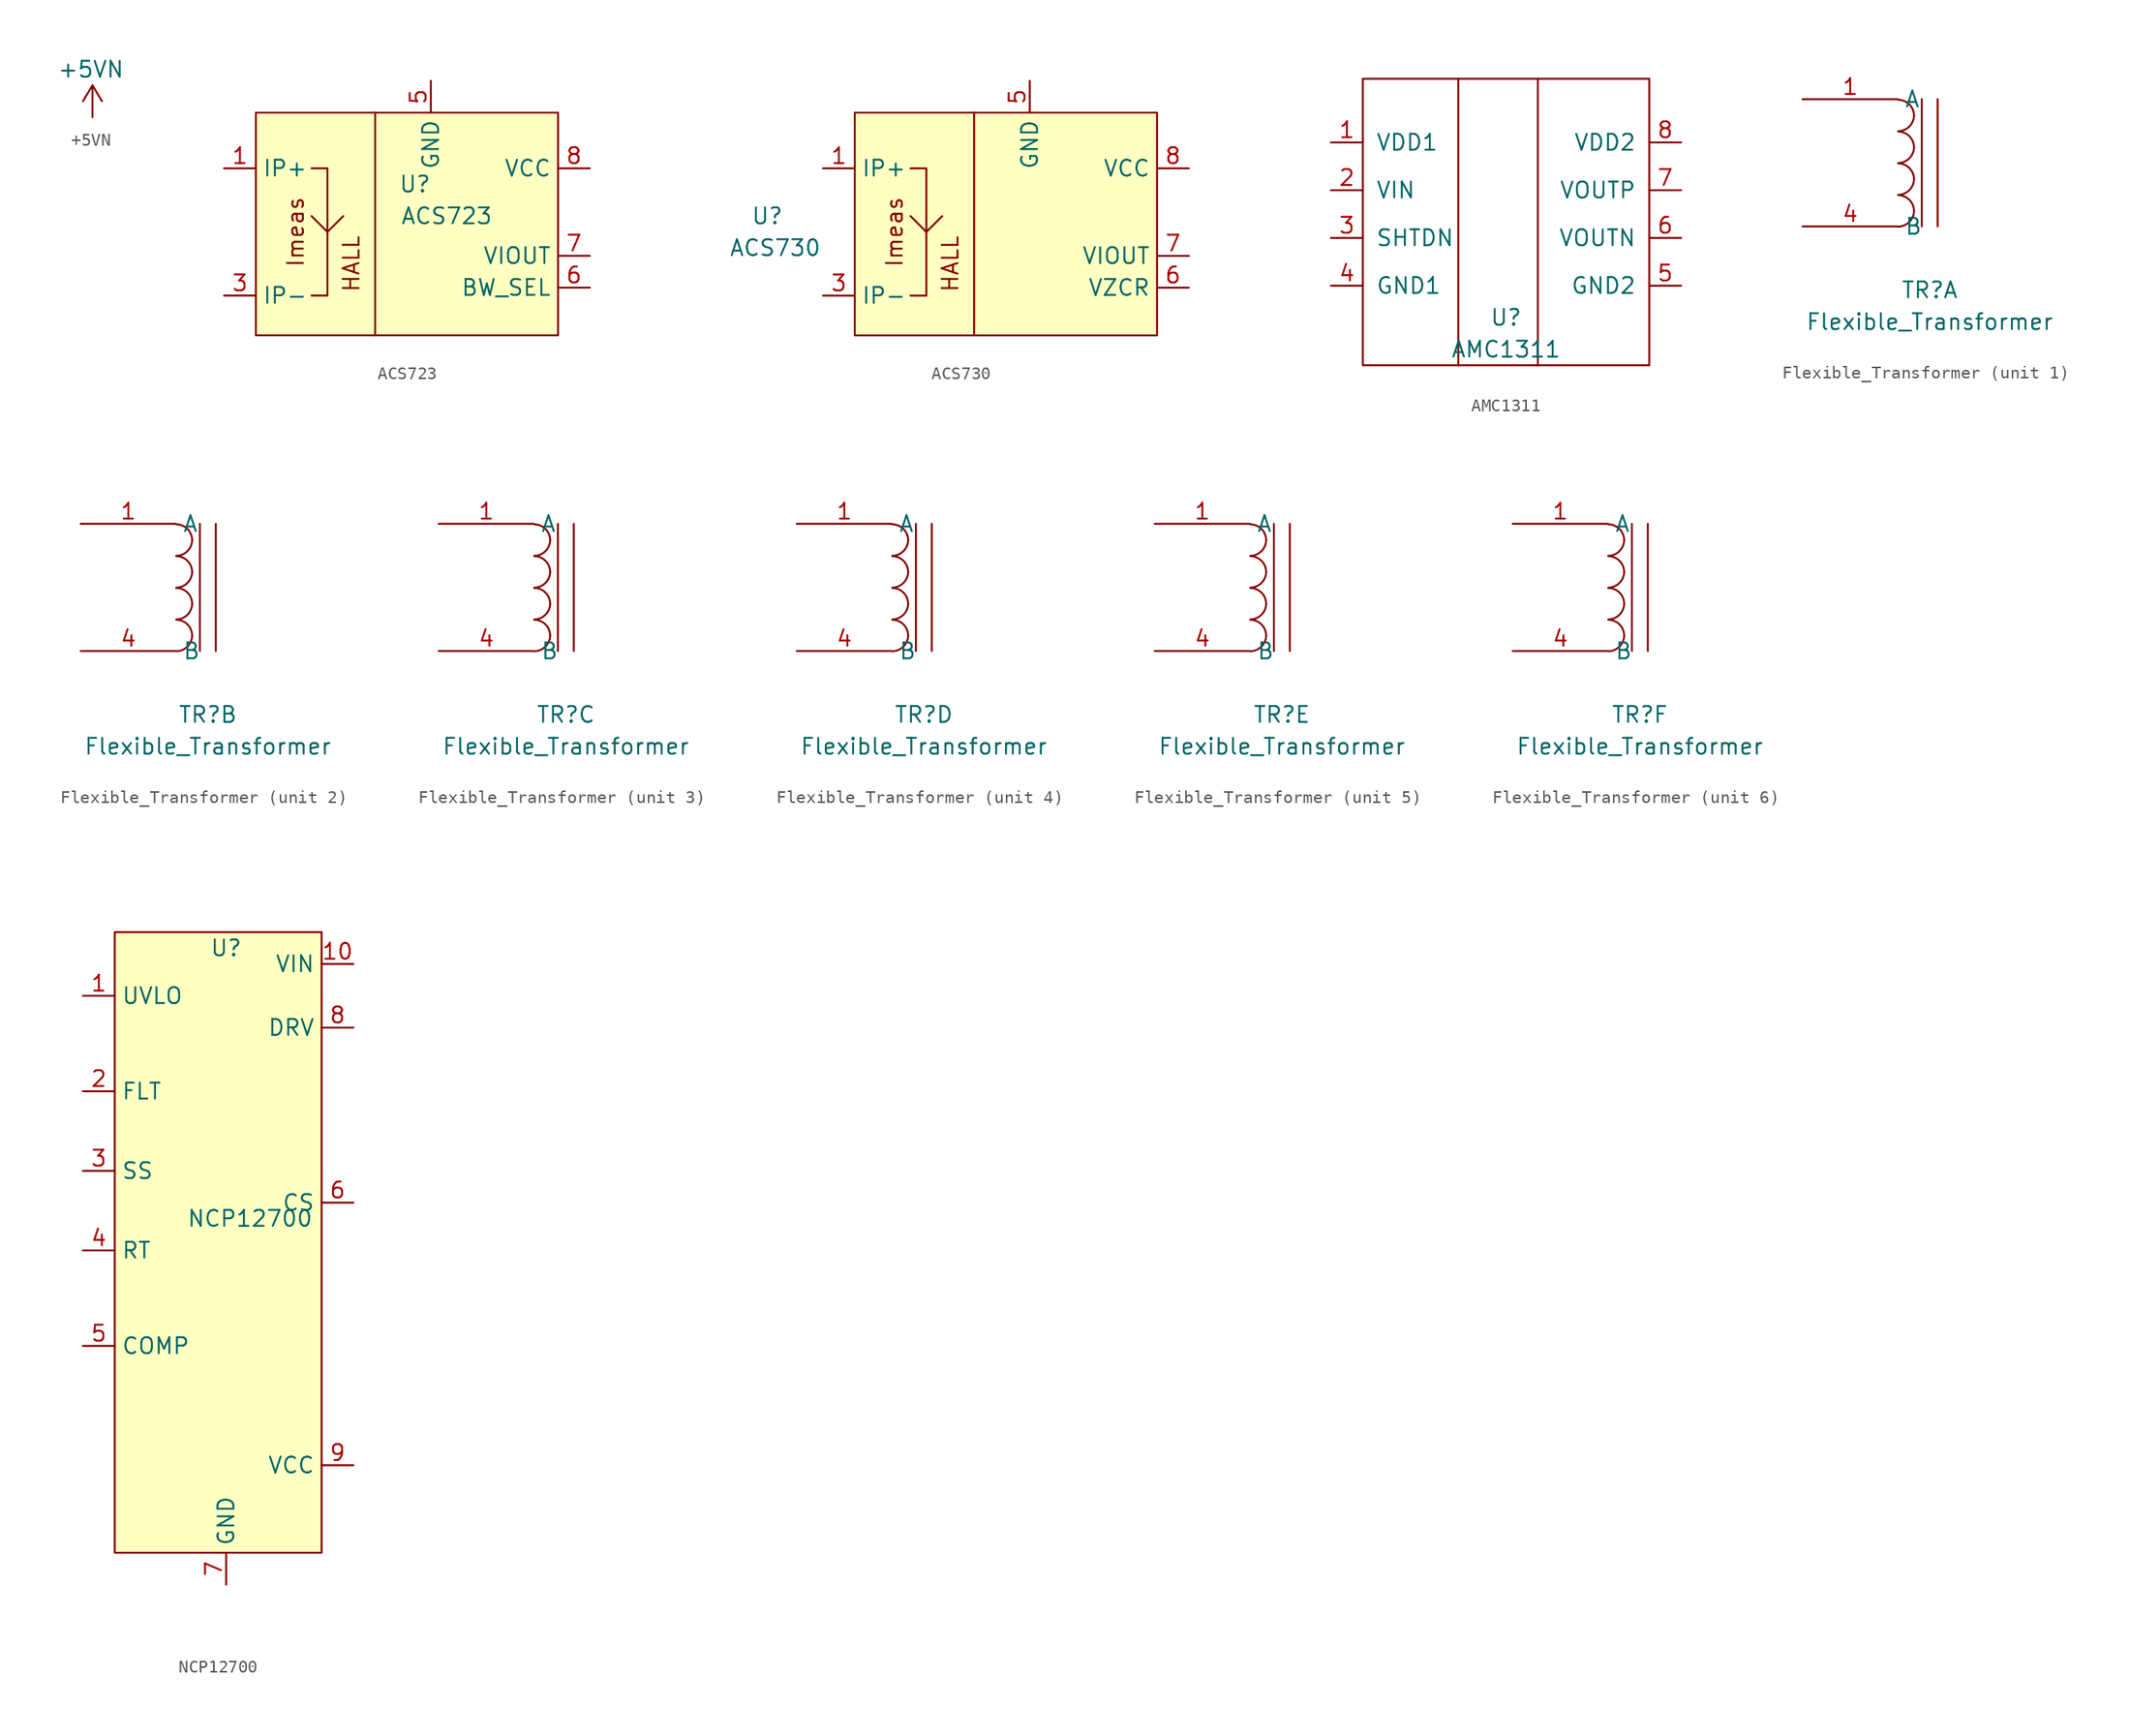
<source format=kicad_sym>
(kicad_symbol_lib
  (version 20220914)
  (generator kicad_symbol_editor)
  (symbol "+5VN"
    (power)
    (property "Reference" "#PWR"
      (at 1.778 0 90)
      (effects (font (size 1.27 1.27)) hide))
    (property "Value" "+5VN"
      (at -0.127 3.81 0)
      (effects (font (size 1.27 1.27))))
    (symbol "+5VN_0_1"
      (polyline (pts (xy -0.762 1.27) (xy 0 2.54)) (stroke (width 0) (type default)) (fill (type none)))
      (polyline (pts (xy 0 0) (xy 0 2.54)) (stroke (width 0) (type default)) (fill (type none)))
      (polyline (pts (xy 0 2.54) (xy 0.762 1.27)) (stroke (width 0) (type default)) (fill (type none))))
    (symbol "+5VN_1_1"
      (pin power_in line (at 0 0 90) (length 0) hide (name "+5VN" (effects (font (size 1.27 1.27)))) (number "1" (effects (font (size 1.27 1.27)))))))
  (symbol "ACS723"
    (property "Reference" "U"
      (at 2.54 2.54 0)
      (effects (font (size 1.27 1.27))))
    (property "Value" "ACS723"
      (at 5.08 0 0)
      (effects (font (size 1.27 1.27))))
    (symbol "ACS723_0_0"
      (rectangle (start -10.16 8.255) (end 13.97 -9.525) (stroke (width 0) (type default)) (fill (type background)))
      (polyline (pts (xy -0.635 8.255) (xy -0.635 -9.525)) (stroke (width 0) (type default)) (fill (type none)))
      (polyline (pts (xy -5.715 0) (xy -4.445 -1.27) (xy -3.175 0)) (stroke (width 0) (type default)) (fill (type none)))
      (text "HALL" (at -2.54 -3.81 900) (effects (font (size 1.27 1.27))))
      (text "Imeas" (at -6.985 -1.27 900) (effects (font (size 1.27 1.27)))))
    (symbol "ACS723_0_1"
      (polyline (pts (xy -5.715 3.81) (xy -4.445 3.81) (xy -4.445 -6.35) (xy -5.715 -6.35)) (stroke (width 0) (type default)) (fill (type none))))
    (symbol "ACS723_1_1"
      (pin passive line (at -12.7 3.81 0) (length 2.54) (name "IP+" (effects (font (size 1.27 1.27)))) (number "1" (effects (font (size 1.27 1.27)))))
      (pin passive line (at -12.7 3.81 0) (length 2.54) hide (name "IP+" (effects (font (size 1.27 1.27)))) (number "2" (effects (font (size 1.27 1.27)))))
      (pin passive line (at -12.7 -6.35 0) (length 2.54) (name "IP-" (effects (font (size 1.27 1.27)))) (number "3" (effects (font (size 1.27 1.27)))))
      (pin passive line (at -12.7 -6.35 0) (length 2.54) hide (name "IP-" (effects (font (size 1.27 1.27)))) (number "4" (effects (font (size 1.27 1.27)))))
      (pin power_in line (at 3.81 10.795 270) (length 2.54) (name "GND" (effects (font (size 1.27 1.27)))) (number "5" (effects (font (size 1.27 1.27)))))
      (pin passive line (at 16.51 -5.715 180) (length 2.54) (name "BW_SEL" (effects (font (size 1.27 1.27)))) (number "6" (effects (font (size 1.27 1.27)))))
      (pin output line (at 16.51 -3.175 180) (length 2.54) (name "VIOUT" (effects (font (size 1.27 1.27)))) (number "7" (effects (font (size 1.27 1.27)))))
      (pin power_in line (at 16.51 3.81 180) (length 2.54) (name "VCC" (effects (font (size 1.27 1.27)))) (number "8" (effects (font (size 1.27 1.27)))))))
  (symbol "ACS730"
    (property "Reference" "U"
      (at -15.875 -0.635 0)
      (effects (font (size 1.27 1.27))))
    (property "Value" "ACS730"
      (at -15.24 -3.175 0)
      (effects (font (size 1.27 1.27))))
    (symbol "ACS730_0_0"
      (rectangle (start -8.89 7.62) (end 15.24 -10.16) (stroke (width 0) (type default)) (fill (type background)))
      (polyline (pts (xy 0.635 7.62) (xy 0.635 -10.16)) (stroke (width 0) (type default)) (fill (type none)))
      (polyline (pts (xy -4.445 -0.635) (xy -3.175 -1.905) (xy -1.905 -0.635)) (stroke (width 0) (type default)) (fill (type none)))
      (text "HALL" (at -1.27 -4.445 900) (effects (font (size 1.27 1.27))))
      (text "Imeas" (at -5.715 -1.905 900) (effects (font (size 1.27 1.27)))))
    (symbol "ACS730_0_1"
      (polyline (pts (xy -4.445 3.175) (xy -3.175 3.175) (xy -3.175 -6.985) (xy -4.445 -6.985)) (stroke (width 0) (type default)) (fill (type none))))
    (symbol "ACS730_1_1"
      (pin passive line (at -11.43 3.175 0) (length 2.54) (name "IP+" (effects (font (size 1.27 1.27)))) (number "1" (effects (font (size 1.27 1.27)))))
      (pin passive line (at -11.43 3.175 0) (length 2.54) hide (name "IP+" (effects (font (size 1.27 1.27)))) (number "2" (effects (font (size 1.27 1.27)))))
      (pin passive line (at -11.43 -6.985 0) (length 2.54) (name "IP-" (effects (font (size 1.27 1.27)))) (number "3" (effects (font (size 1.27 1.27)))))
      (pin passive line (at -11.43 -6.985 0) (length 2.54) hide (name "IP-" (effects (font (size 1.27 1.27)))) (number "4" (effects (font (size 1.27 1.27)))))
      (pin power_in line (at 5.08 10.16 270) (length 2.54) (name "GND" (effects (font (size 1.27 1.27)))) (number "5" (effects (font (size 1.27 1.27)))))
      (pin passive line (at 17.78 -6.35 180) (length 2.54) (name "VZCR" (effects (font (size 1.27 1.27)))) (number "6" (effects (font (size 1.27 1.27)))))
      (pin output line (at 17.78 -3.81 180) (length 2.54) (name "VIOUT" (effects (font (size 1.27 1.27)))) (number "7" (effects (font (size 1.27 1.27)))))
      (pin power_in line (at 17.78 3.175 180) (length 2.54) (name "VCC" (effects (font (size 1.27 1.27)))) (number "8" (effects (font (size 1.27 1.27)))))))
  (symbol "AMC1311"
    (pin_names
      (offset 1.016))
    (property "Reference" "U"
      (at 0 -6.35 0)
      (effects (font (size 1.27 1.27))))
    (property "Value" "AMC1311"
      (at 0 -8.89 0)
      (effects (font (size 1.27 1.27))))
    (symbol "AMC1311_0_1"
      (rectangle (start -11.43 12.7) (end 11.43 -10.16) (stroke (width 0) (type default)) (fill (type none)))
      (polyline (pts (xy -3.81 12.7) (xy -3.81 -10.16)) (stroke (width 0) (type default)) (fill (type none)))
      (polyline (pts (xy 2.54 12.7) (xy 2.54 -10.16)) (stroke (width 0) (type default)) (fill (type none))))
    (symbol "AMC1311_1_1"
      (pin power_in line (at -13.97 7.62 0) (length 2.54) (name "VDD1" (effects (font (size 1.27 1.27)))) (number "1" (effects (font (size 1.27 1.27)))))
      (pin input line (at -13.97 3.81 0) (length 2.54) (name "VIN" (effects (font (size 1.27 1.27)))) (number "2" (effects (font (size 1.27 1.27)))))
      (pin input line (at -13.97 0 0) (length 2.54) (name "SHTDN" (effects (font (size 1.27 1.27)))) (number "3" (effects (font (size 1.27 1.27)))))
      (pin power_in line (at -13.97 -3.81 0) (length 2.54) (name "GND1" (effects (font (size 1.27 1.27)))) (number "4" (effects (font (size 1.27 1.27)))))
      (pin power_in line (at 13.97 -3.81 180) (length 2.54) (name "GND2" (effects (font (size 1.27 1.27)))) (number "5" (effects (font (size 1.27 1.27)))))
      (pin output line (at 13.97 0 180) (length 2.54) (name "VOUTN" (effects (font (size 1.27 1.27)))) (number "6" (effects (font (size 1.27 1.27)))))
      (pin output line (at 13.97 3.81 180) (length 2.54) (name "VOUTP" (effects (font (size 1.27 1.27)))) (number "7" (effects (font (size 1.27 1.27)))))
      (pin power_in line (at 13.97 7.62 180) (length 2.54) (name "VDD2" (effects (font (size 1.27 1.27)))) (number "8" (effects (font (size 1.27 1.27)))))))
  (symbol "Flexible_Transformer"
    (property "Reference" "TR"
      (at 0 0 0)
      (effects (font (size 1.27 1.27))))
    (property "Value" "Flexible_Transformer"
      (at 0 -2.54 0)
      (effects (font (size 1.27 1.27))))
    (property "ki_locked" ""
      (at 0 0 0)
      (effects (font (size 1.27 1.27))))
    (symbol "Flexible_Transformer_0_1"
      (arc (start -2.5215 5.0609) (mid -1.6376 5.4292) (end -1.2515 6.3055) (stroke (width 0) (type default)) (fill (type none)))
      (arc (start -2.5215 7.6009) (mid -1.6376 7.9692) (end -1.2515 8.8455) (stroke (width 0) (type default)) (fill (type none)))
      (arc (start -2.5215 10.1409) (mid -1.6376 10.5092) (end -1.2515 11.3855) (stroke (width 0) (type default)) (fill (type none)))
      (arc (start -2.5215 12.6809) (mid -1.6376 13.0492) (end -1.2515 13.9255) (stroke (width 0) (type default)) (fill (type none)))
      (arc (start -1.2515 6.3055) (mid -1.6235 7.2035) (end -2.5215 7.5755) (stroke (width 0) (type default)) (fill (type none)))
      (arc (start -1.2515 8.8455) (mid -1.6235 9.7435) (end -2.5215 10.1155) (stroke (width 0) (type default)) (fill (type none)))
      (arc (start -1.2515 11.3855) (mid -1.6235 12.2835) (end -2.5215 12.6555) (stroke (width 0) (type default)) (fill (type none)))
      (arc (start -1.2515 13.9255) (mid -1.6235 14.8235) (end -2.5215 15.1955) (stroke (width 0) (type default)) (fill (type none)))
      (polyline (pts (xy -0.635 15.24) (xy -0.635 5.08)) (stroke (width 0) (type default)) (fill (type none)))
      (polyline (pts (xy 0.635 5.08) (xy 0.635 15.24)) (stroke (width 0) (type default)) (fill (type none))))
    (symbol "Flexible_Transformer_1_1"
      (pin passive line (at -10.16 15.24 0) (length 7.62) (name "A" (effects (font (size 1.27 1.27)))) (number "1" (effects (font (size 1.27 1.27)))))
      (pin passive line (at -10.16 5.08 0) (length 7.62) (name "B" (effects (font (size 1.27 1.27)))) (number "4" (effects (font (size 1.27 1.27))))))
    (symbol "Flexible_Transformer_2_1"
      (pin passive line (at -10.16 15.24 0) (length 7.62) (name "A" (effects (font (size 1.27 1.27)))) (number "1" (effects (font (size 1.27 1.27)))))
      (pin passive line (at -10.16 5.08 0) (length 7.62) (name "B" (effects (font (size 1.27 1.27)))) (number "4" (effects (font (size 1.27 1.27))))))
    (symbol "Flexible_Transformer_3_1"
      (pin passive line (at -10.16 15.24 0) (length 7.62) (name "A" (effects (font (size 1.27 1.27)))) (number "1" (effects (font (size 1.27 1.27)))))
      (pin passive line (at -10.16 5.08 0) (length 7.62) (name "B" (effects (font (size 1.27 1.27)))) (number "4" (effects (font (size 1.27 1.27))))))
    (symbol "Flexible_Transformer_4_1"
      (pin passive line (at -10.16 15.24 0) (length 7.62) (name "A" (effects (font (size 1.27 1.27)))) (number "1" (effects (font (size 1.27 1.27)))))
      (pin passive line (at -10.16 5.08 0) (length 7.62) (name "B" (effects (font (size 1.27 1.27)))) (number "4" (effects (font (size 1.27 1.27))))))
    (symbol "Flexible_Transformer_5_1"
      (pin passive line (at -10.16 15.24 0) (length 7.62) (name "A" (effects (font (size 1.27 1.27)))) (number "1" (effects (font (size 1.27 1.27)))))
      (pin passive line (at -10.16 5.08 0) (length 7.62) (name "B" (effects (font (size 1.27 1.27)))) (number "4" (effects (font (size 1.27 1.27))))))
    (symbol "Flexible_Transformer_6_1"
      (pin passive line (at -10.16 15.24 0) (length 7.62) (name "A" (effects (font (size 1.27 1.27)))) (number "1" (effects (font (size 1.27 1.27)))))
      (pin passive line (at -10.16 5.08 0) (length 7.62) (name "B" (effects (font (size 1.27 1.27)))) (number "4" (effects (font (size 1.27 1.27)))))))
  (symbol "NCP12700"
    (property "Reference" "U"
      (at 0 6.35 0)
      (effects (font (size 1.27 1.27))))
    (property "Value" "NCP12700"
      (at 1.905 -15.24 0)
      (effects (font (size 1.27 1.27))))
    (symbol "NCP12700_0_1"
      (rectangle (start -8.89 7.62) (end 7.62 -41.91) (stroke (width 0) (type default)) (fill (type background))))
    (symbol "NCP12700_1_1"
      (pin input line (at -11.43 2.54 0) (length 2.54) (name "UVLO" (effects (font (size 1.27 1.27)))) (number "1" (effects (font (size 1.27 1.27)))))
      (pin power_in line (at 10.16 5.08 180) (length 2.54) (name "VIN" (effects (font (size 1.27 1.27)))) (number "10" (effects (font (size 1.27 1.27)))))
      (pin input line (at -11.43 -5.08 0) (length 2.54) (name "FLT" (effects (font (size 1.27 1.27)))) (number "2" (effects (font (size 1.27 1.27)))))
      (pin input line (at -11.43 -11.43 0) (length 2.54) (name "SS" (effects (font (size 1.27 1.27)))) (number "3" (effects (font (size 1.27 1.27)))))
      (pin input line (at -11.43 -17.78 0) (length 2.54) (name "RT" (effects (font (size 1.27 1.27)))) (number "4" (effects (font (size 1.27 1.27)))))
      (pin input line (at -11.43 -25.4 0) (length 2.54) (name "COMP" (effects (font (size 1.27 1.27)))) (number "5" (effects (font (size 1.27 1.27)))))
      (pin input line (at 10.16 -13.97 180) (length 2.54) (name "CS" (effects (font (size 1.27 1.27)))) (number "6" (effects (font (size 1.27 1.27)))))
      (pin passive line (at 0 -44.45 90) (length 2.54) (name "GND" (effects (font (size 1.27 1.27)))) (number "7" (effects (font (size 1.27 1.27)))))
      (pin output line (at 10.16 0 180) (length 2.54) (name "DRV" (effects (font (size 1.27 1.27)))) (number "8" (effects (font (size 1.27 1.27)))))
      (pin power_in line (at 10.16 -34.925 180) (length 2.54) (name "VCC" (effects (font (size 1.27 1.27)))) (number "9" (effects (font (size 1.27 1.27))))))))
</source>
